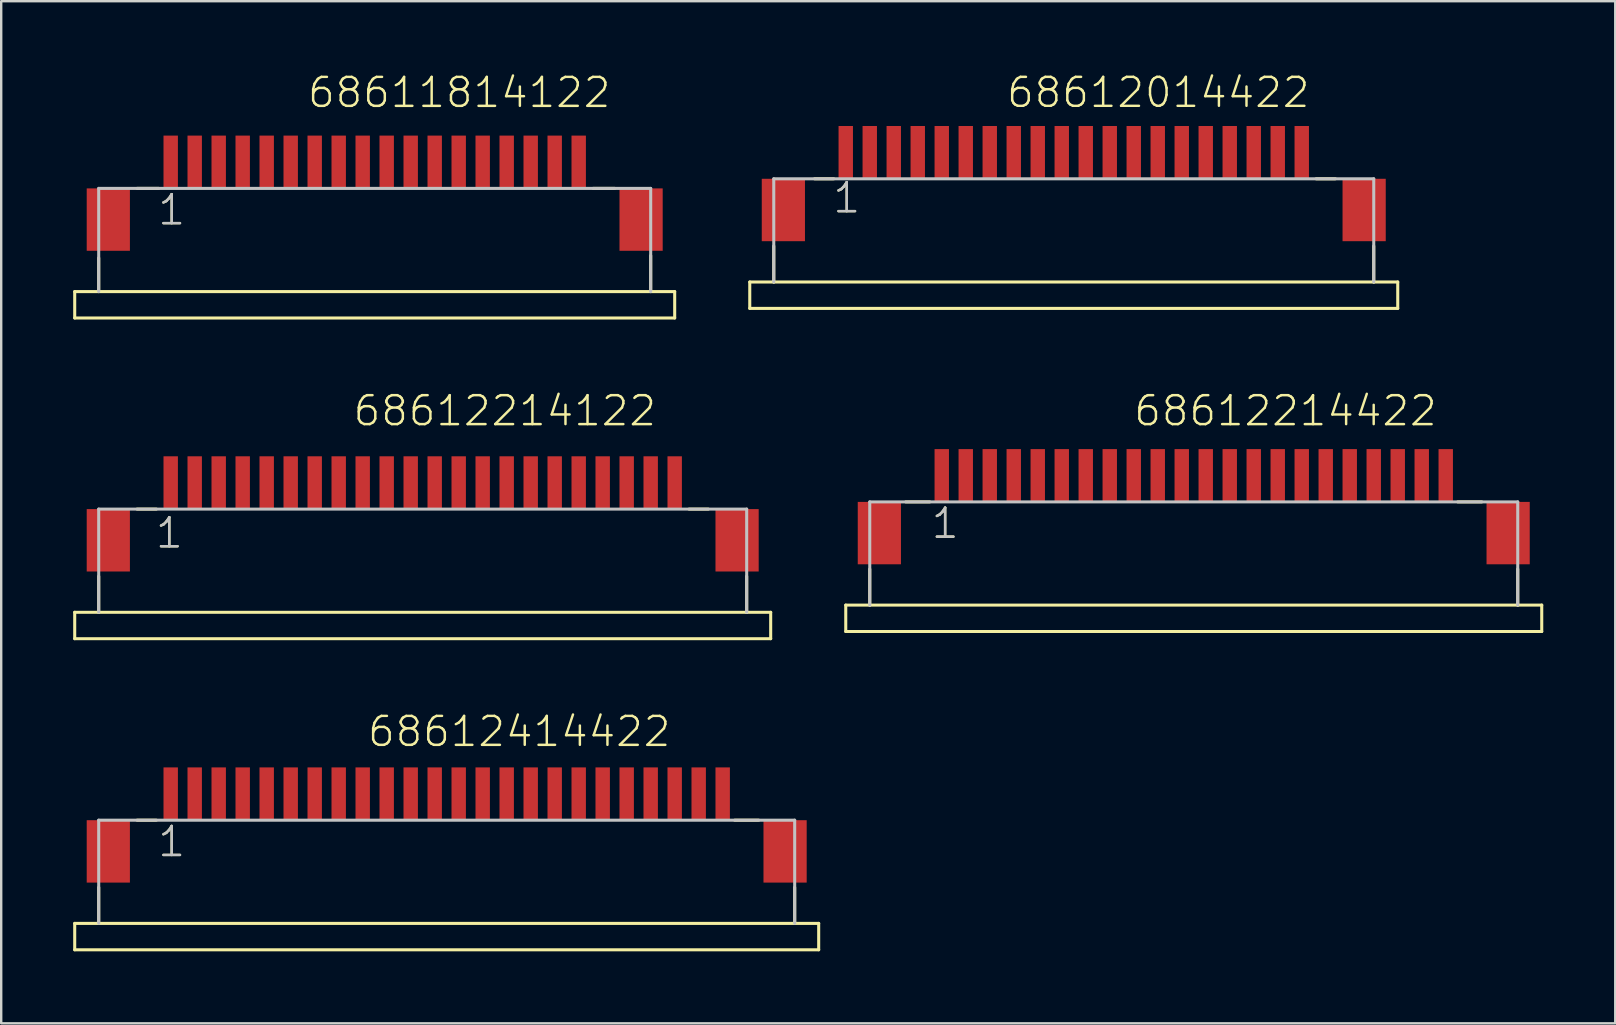
<source format=kicad_pcb>
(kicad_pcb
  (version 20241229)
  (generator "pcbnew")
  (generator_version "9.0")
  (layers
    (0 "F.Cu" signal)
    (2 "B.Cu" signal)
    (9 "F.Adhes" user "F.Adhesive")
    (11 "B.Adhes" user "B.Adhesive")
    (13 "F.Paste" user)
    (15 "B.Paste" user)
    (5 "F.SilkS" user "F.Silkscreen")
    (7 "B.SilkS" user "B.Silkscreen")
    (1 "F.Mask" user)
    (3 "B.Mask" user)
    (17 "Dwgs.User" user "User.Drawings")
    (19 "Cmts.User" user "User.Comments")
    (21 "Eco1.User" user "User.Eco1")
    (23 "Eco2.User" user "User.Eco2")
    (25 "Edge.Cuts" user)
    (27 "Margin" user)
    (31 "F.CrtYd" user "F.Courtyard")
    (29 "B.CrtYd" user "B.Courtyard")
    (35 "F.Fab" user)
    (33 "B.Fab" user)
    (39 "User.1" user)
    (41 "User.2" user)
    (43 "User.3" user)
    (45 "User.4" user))
  (footprint "68612414422"
    (layer "F.Cu")
    (at 15.563 32.426)
    (property "Reference" "68612414422" (at -3.362 -4.288 0) (layer "F.SilkS") (effects (font (size 1.206 1.206) (thickness 0.102)) (justify left bottom)))
    (attr through_hole)
    (fp_line (start -15.5 3) (end -14.5 3) (stroke (width 0.127) (type solid)) (layer "F.SilkS"))
    (fp_line (start -15.5 4.1) (end -15.5 3) (stroke (width 0.127) (type solid)) (layer "F.SilkS"))
    (fp_line (start -14.5 1.5) (end -14.5 3) (stroke (width 0.127) (type solid)) (layer "F.SilkS"))
    (fp_line (start -14.5 3) (end 14.5 3) (stroke (width 0.127) (type solid)) (layer "F.SilkS"))
    (fp_line (start -12.9 -1.3) (end -12.1 -1.3) (stroke (width 0.127) (type solid)) (layer "F.SilkS"))
    (fp_line (start 12 -1.3) (end 13 -1.3) (stroke (width 0.127) (type solid)) (layer "F.SilkS"))
    (fp_line (start 14.5 1.5) (end 14.5 3) (stroke (width 0.127) (type solid)) (layer "F.SilkS"))
    (fp_line (start 14.5 3) (end 15.5 3) (stroke (width 0.127) (type solid)) (layer "F.SilkS"))
    (fp_line (start 15.5 3) (end 15.5 4.1) (stroke (width 0.127) (type solid)) (layer "F.SilkS"))
    (fp_line (start 15.5 4.1) (end -15.5 4.1) (stroke (width 0.127) (type solid)) (layer "F.SilkS"))
    (fp_line (start -14.5 -1.3) (end 14.5 -1.3) (stroke (width 0.127) (type solid)) (layer "Dwgs.User"))
    (fp_line (start -14.5 3) (end -14.5 -1.3) (stroke (width 0.127) (type solid)) (layer "Dwgs.User"))
    (fp_line (start 14.5 -1.3) (end 14.5 3) (stroke (width 0.127) (type solid)) (layer "Dwgs.User"))
    (fp_text user "1" (at -12.1 0.3 0) (layer "F.SilkS") (effects (font (size 1.206 1.206) (thickness 0.102)) (justify left bottom)))
    (fp_text user "1" (at -12.1 0.3 0) (layer "Dwgs.User") (effects (font (size 1.206 1.206) (thickness 0.102)) (justify left bottom)))
    (pad "1" smd rect (at -11.5 -2.4) (size 0.6 2.2) (layers "F.Cu" "F.Mask" "F.Paste"))
    (pad "2" smd rect (at -10.5 -2.4) (size 0.6 2.2) (layers "F.Cu" "F.Mask" "F.Paste"))
    (pad "3" smd rect (at -9.5 -2.4) (size 0.6 2.2) (layers "F.Cu" "F.Mask" "F.Paste"))
    (pad "4" smd rect (at -8.5 -2.4) (size 0.6 2.2) (layers "F.Cu" "F.Mask" "F.Paste"))
    (pad "5" smd rect (at -7.5 -2.4) (size 0.6 2.2) (layers "F.Cu" "F.Mask" "F.Paste"))
    (pad "6" smd rect (at -6.5 -2.4) (size 0.6 2.2) (layers "F.Cu" "F.Mask" "F.Paste"))
    (pad "7" smd rect (at -5.5 -2.4) (size 0.6 2.2) (layers "F.Cu" "F.Mask" "F.Paste"))
    (pad "8" smd rect (at -4.5 -2.4) (size 0.6 2.2) (layers "F.Cu" "F.Mask" "F.Paste"))
    (pad "9" smd rect (at -3.5 -2.4) (size 0.6 2.2) (layers "F.Cu" "F.Mask" "F.Paste"))
    (pad "10" smd rect (at -2.5 -2.4) (size 0.6 2.2) (layers "F.Cu" "F.Mask" "F.Paste"))
    (pad "11" smd rect (at -1.5 -2.4) (size 0.6 2.2) (layers "F.Cu" "F.Mask" "F.Paste"))
    (pad "12" smd rect (at -0.5 -2.4) (size 0.6 2.2) (layers "F.Cu" "F.Mask" "F.Paste"))
    (pad "13" smd rect (at 0.5 -2.4) (size 0.6 2.2) (layers "F.Cu" "F.Mask" "F.Paste"))
    (pad "14" smd rect (at 1.5 -2.4) (size 0.6 2.2) (layers "F.Cu" "F.Mask" "F.Paste"))
    (pad "15" smd rect (at 2.5 -2.4) (size 0.6 2.2) (layers "F.Cu" "F.Mask" "F.Paste"))
    (pad "16" smd rect (at 3.5 -2.4) (size 0.6 2.2) (layers "F.Cu" "F.Mask" "F.Paste"))
    (pad "17" smd rect (at 4.5 -2.4) (size 0.6 2.2) (layers "F.Cu" "F.Mask" "F.Paste"))
    (pad "18" smd rect (at 5.5 -2.4) (size 0.6 2.2) (layers "F.Cu" "F.Mask" "F.Paste"))
    (pad "19" smd rect (at 6.5 -2.4) (size 0.6 2.2) (layers "F.Cu" "F.Mask" "F.Paste"))
    (pad "20" smd rect (at 7.5 -2.4) (size 0.6 2.2) (layers "F.Cu" "F.Mask" "F.Paste"))
    (pad "21" smd rect (at 8.5 -2.4) (size 0.6 2.2) (layers "F.Cu" "F.Mask" "F.Paste"))
    (pad "22" smd rect (at 9.5 -2.4) (size 0.6 2.2) (layers "F.Cu" "F.Mask" "F.Paste"))
    (pad "23" smd rect (at 10.5 -2.4) (size 0.6 2.2) (layers "F.Cu" "F.Mask" "F.Paste"))
    (pad "24" smd rect (at 11.5 -2.4) (size 0.6 2.2) (layers "F.Cu" "F.Mask" "F.Paste"))
    (pad "Z1" smd rect (at -14.1 0) (size 1.8 2.6) (layers "F.Cu" "F.Mask" "F.Paste"))
    (pad "Z2" smd rect (at 14.1 0) (size 1.8 2.6) (layers "F.Cu" "F.Mask" "F.Paste")))
  (footprint "68612214122"
    (layer "F.Cu")
    (at 14.563 19.463)
    (property "Reference" "68612214122" (at -2.962 -4.689 0) (layer "F.SilkS") (effects (font (size 1.206 1.206) (thickness 0.102)) (justify left bottom)))
    (attr through_hole)
    (fp_line (start -14.5 3) (end -13.5 3) (stroke (width 0.127) (type solid)) (layer "F.SilkS"))
    (fp_line (start -14.5 4.1) (end -14.5 3) (stroke (width 0.127) (type solid)) (layer "F.SilkS"))
    (fp_line (start -13.5 1.5) (end -13.5 3) (stroke (width 0.127) (type solid)) (layer "F.SilkS"))
    (fp_line (start -13.5 3) (end 13.5 3) (stroke (width 0.127) (type solid)) (layer "F.SilkS"))
    (fp_line (start -11.9 -1.3) (end -11.1 -1.3) (stroke (width 0.127) (type solid)) (layer "F.SilkS"))
    (fp_line (start 11.1 -1.3) (end 11.9 -1.3) (stroke (width 0.127) (type solid)) (layer "F.SilkS"))
    (fp_line (start 13.5 1.5) (end 13.5 3) (stroke (width 0.127) (type solid)) (layer "F.SilkS"))
    (fp_line (start 13.5 3) (end 14.5 3) (stroke (width 0.127) (type solid)) (layer "F.SilkS"))
    (fp_line (start 14.5 3) (end 14.5 4.1) (stroke (width 0.127) (type solid)) (layer "F.SilkS"))
    (fp_line (start 14.5 4.1) (end -14.5 4.1) (stroke (width 0.127) (type solid)) (layer "F.SilkS"))
    (fp_line (start -13.5 -1.3) (end 13.5 -1.3) (stroke (width 0.127) (type solid)) (layer "Dwgs.User"))
    (fp_line (start -13.5 3) (end -13.5 -1.3) (stroke (width 0.127) (type solid)) (layer "Dwgs.User"))
    (fp_line (start 13.5 -1.3) (end 13.5 3) (stroke (width 0.127) (type solid)) (layer "Dwgs.User"))
    (fp_text user "1" (at -11.2 0.4 0) (layer "F.SilkS") (effects (font (size 1.206 1.206) (thickness 0.102)) (justify left bottom)))
    (fp_text user "1" (at -11.2 0.4 0) (layer "Dwgs.User") (effects (font (size 1.206 1.206) (thickness 0.102)) (justify left bottom)))
    (pad "1" smd rect (at -10.5 -2.4) (size 0.6 2.2) (layers "F.Cu" "F.Mask" "F.Paste"))
    (pad "2" smd rect (at -9.5 -2.4) (size 0.6 2.2) (layers "F.Cu" "F.Mask" "F.Paste"))
    (pad "3" smd rect (at -8.5 -2.4) (size 0.6 2.2) (layers "F.Cu" "F.Mask" "F.Paste"))
    (pad "4" smd rect (at -7.5 -2.4) (size 0.6 2.2) (layers "F.Cu" "F.Mask" "F.Paste"))
    (pad "5" smd rect (at -6.5 -2.4) (size 0.6 2.2) (layers "F.Cu" "F.Mask" "F.Paste"))
    (pad "6" smd rect (at -5.5 -2.4) (size 0.6 2.2) (layers "F.Cu" "F.Mask" "F.Paste"))
    (pad "7" smd rect (at -4.5 -2.4) (size 0.6 2.2) (layers "F.Cu" "F.Mask" "F.Paste"))
    (pad "8" smd rect (at -3.5 -2.4) (size 0.6 2.2) (layers "F.Cu" "F.Mask" "F.Paste"))
    (pad "9" smd rect (at -2.5 -2.4) (size 0.6 2.2) (layers "F.Cu" "F.Mask" "F.Paste"))
    (pad "10" smd rect (at -1.5 -2.4) (size 0.6 2.2) (layers "F.Cu" "F.Mask" "F.Paste"))
    (pad "11" smd rect (at -0.5 -2.4) (size 0.6 2.2) (layers "F.Cu" "F.Mask" "F.Paste"))
    (pad "12" smd rect (at 0.5 -2.4) (size 0.6 2.2) (layers "F.Cu" "F.Mask" "F.Paste"))
    (pad "13" smd rect (at 1.5 -2.4) (size 0.6 2.2) (layers "F.Cu" "F.Mask" "F.Paste"))
    (pad "14" smd rect (at 2.5 -2.4) (size 0.6 2.2) (layers "F.Cu" "F.Mask" "F.Paste"))
    (pad "15" smd rect (at 3.5 -2.4) (size 0.6 2.2) (layers "F.Cu" "F.Mask" "F.Paste"))
    (pad "16" smd rect (at 4.5 -2.4) (size 0.6 2.2) (layers "F.Cu" "F.Mask" "F.Paste"))
    (pad "17" smd rect (at 5.5 -2.4) (size 0.6 2.2) (layers "F.Cu" "F.Mask" "F.Paste"))
    (pad "18" smd rect (at 6.5 -2.4) (size 0.6 2.2) (layers "F.Cu" "F.Mask" "F.Paste"))
    (pad "19" smd rect (at 7.5 -2.4) (size 0.6 2.2) (layers "F.Cu" "F.Mask" "F.Paste"))
    (pad "20" smd rect (at 8.5 -2.4) (size 0.6 2.2) (layers "F.Cu" "F.Mask" "F.Paste"))
    (pad "21" smd rect (at 9.5 -2.4) (size 0.6 2.2) (layers "F.Cu" "F.Mask" "F.Paste"))
    (pad "22" smd rect (at 10.5 -2.4) (size 0.6 2.2) (layers "F.Cu" "F.Mask" "F.Paste"))
    (pad "Z1" smd rect (at -13.1 0) (size 1.8 2.6) (layers "F.Cu" "F.Mask" "F.Paste"))
    (pad "Z2" smd rect (at 13.1 0) (size 1.8 2.6) (layers "F.Cu" "F.Mask" "F.Paste")))
  (footprint "68612014422"
    (layer "F.Cu")
    (at 41.691 5.7)
    (property "Reference" "68612014422" (at -2.862 -4.189 0) (layer "F.SilkS") (effects (font (size 1.206 1.206) (thickness 0.102)) (justify left bottom)))
    (attr through_hole)
    (fp_line (start -13.5 3) (end -12.5 3) (stroke (width 0.127) (type solid)) (layer "F.SilkS"))
    (fp_line (start -13.5 4.1) (end -13.5 3) (stroke (width 0.127) (type solid)) (layer "F.SilkS"))
    (fp_line (start -12.5 1.5) (end -12.5 3) (stroke (width 0.127) (type solid)) (layer "F.SilkS"))
    (fp_line (start -12.5 3) (end 12.5 3) (stroke (width 0.127) (type solid)) (layer "F.SilkS"))
    (fp_line (start -10.8 -1.3) (end -10 -1.3) (stroke (width 0.127) (type solid)) (layer "F.SilkS"))
    (fp_line (start 10.1 -1.3) (end 10.9 -1.3) (stroke (width 0.127) (type solid)) (layer "F.SilkS"))
    (fp_line (start 12.5 1.5) (end 12.5 3) (stroke (width 0.127) (type solid)) (layer "F.SilkS"))
    (fp_line (start 12.5 3) (end 13.5 3) (stroke (width 0.127) (type solid)) (layer "F.SilkS"))
    (fp_line (start 13.5 3) (end 13.5 4.1) (stroke (width 0.127) (type solid)) (layer "F.SilkS"))
    (fp_line (start 13.5 4.1) (end -13.5 4.1) (stroke (width 0.127) (type solid)) (layer "F.SilkS"))
    (fp_line (start -12.5 -1.3) (end 12.5 -1.3) (stroke (width 0.127) (type solid)) (layer "Dwgs.User"))
    (fp_line (start -12.5 3) (end -12.5 -1.3) (stroke (width 0.127) (type solid)) (layer "Dwgs.User"))
    (fp_line (start 12.5 -1.3) (end 12.5 3) (stroke (width 0.127) (type solid)) (layer "Dwgs.User"))
    (fp_text user "1" (at -10.1 0.2 0) (layer "F.SilkS") (effects (font (size 1.206 1.206) (thickness 0.102)) (justify left bottom)))
    (fp_text user "1" (at -10.1 0.2 0) (layer "Dwgs.User") (effects (font (size 1.206 1.206) (thickness 0.102)) (justify left bottom)))
    (pad "1" smd rect (at -9.5 -2.4) (size 0.6 2.2) (layers "F.Cu" "F.Mask" "F.Paste"))
    (pad "2" smd rect (at -8.5 -2.4) (size 0.6 2.2) (layers "F.Cu" "F.Mask" "F.Paste"))
    (pad "3" smd rect (at -7.5 -2.4) (size 0.6 2.2) (layers "F.Cu" "F.Mask" "F.Paste"))
    (pad "4" smd rect (at -6.5 -2.4) (size 0.6 2.2) (layers "F.Cu" "F.Mask" "F.Paste"))
    (pad "5" smd rect (at -5.5 -2.4) (size 0.6 2.2) (layers "F.Cu" "F.Mask" "F.Paste"))
    (pad "6" smd rect (at -4.5 -2.4) (size 0.6 2.2) (layers "F.Cu" "F.Mask" "F.Paste"))
    (pad "7" smd rect (at -3.5 -2.4) (size 0.6 2.2) (layers "F.Cu" "F.Mask" "F.Paste"))
    (pad "8" smd rect (at -2.5 -2.4) (size 0.6 2.2) (layers "F.Cu" "F.Mask" "F.Paste"))
    (pad "9" smd rect (at -1.5 -2.4) (size 0.6 2.2) (layers "F.Cu" "F.Mask" "F.Paste"))
    (pad "10" smd rect (at -0.5 -2.4) (size 0.6 2.2) (layers "F.Cu" "F.Mask" "F.Paste"))
    (pad "11" smd rect (at 0.5 -2.4) (size 0.6 2.2) (layers "F.Cu" "F.Mask" "F.Paste"))
    (pad "12" smd rect (at 1.5 -2.4) (size 0.6 2.2) (layers "F.Cu" "F.Mask" "F.Paste"))
    (pad "13" smd rect (at 2.5 -2.4) (size 0.6 2.2) (layers "F.Cu" "F.Mask" "F.Paste"))
    (pad "14" smd rect (at 3.5 -2.4) (size 0.6 2.2) (layers "F.Cu" "F.Mask" "F.Paste"))
    (pad "15" smd rect (at 4.5 -2.4) (size 0.6 2.2) (layers "F.Cu" "F.Mask" "F.Paste"))
    (pad "16" smd rect (at 5.5 -2.4) (size 0.6 2.2) (layers "F.Cu" "F.Mask" "F.Paste"))
    (pad "17" smd rect (at 6.5 -2.4) (size 0.6 2.2) (layers "F.Cu" "F.Mask" "F.Paste"))
    (pad "18" smd rect (at 7.5 -2.4) (size 0.6 2.2) (layers "F.Cu" "F.Mask" "F.Paste"))
    (pad "19" smd rect (at 8.5 -2.4) (size 0.6 2.2) (layers "F.Cu" "F.Mask" "F.Paste"))
    (pad "20" smd rect (at 9.5 -2.4) (size 0.6 2.2) (layers "F.Cu" "F.Mask" "F.Paste"))
    (pad "Z1" smd rect (at -12.1 0) (size 1.8 2.6) (layers "F.Cu" "F.Mask" "F.Paste"))
    (pad "Z2" smd rect (at 12.1 0) (size 1.8 2.6) (layers "F.Cu" "F.Mask" "F.Paste")))
  (footprint "68611814122"
    (layer "F.Cu")
    (at 12.563 6.1)
    (property "Reference" "68611814122" (at -2.862 -4.588 0) (layer "F.SilkS") (effects (font (size 1.206 1.206) (thickness 0.102)) (justify left bottom)))
    (attr through_hole)
    (fp_line (start -12.5 3) (end -11.5 3) (stroke (width 0.127) (type solid)) (layer "F.SilkS"))
    (fp_line (start -12.5 4.1) (end -12.5 3) (stroke (width 0.127) (type solid)) (layer "F.SilkS"))
    (fp_line (start -11.5 1.6) (end -11.5 3) (stroke (width 0.127) (type solid)) (layer "F.SilkS"))
    (fp_line (start -11.5 3) (end 11.5 3) (stroke (width 0.127) (type solid)) (layer "F.SilkS"))
    (fp_line (start -9.9 -1.3) (end -9 -1.3) (stroke (width 0.127) (type solid)) (layer "F.SilkS"))
    (fp_line (start 9.1 -1.3) (end 10 -1.3) (stroke (width 0.127) (type solid)) (layer "F.SilkS"))
    (fp_line (start 11.5 1.5) (end 11.5 3) (stroke (width 0.127) (type solid)) (layer "F.SilkS"))
    (fp_line (start 11.5 3) (end 12.5 3) (stroke (width 0.127) (type solid)) (layer "F.SilkS"))
    (fp_line (start 12.5 3) (end 12.5 4.1) (stroke (width 0.127) (type solid)) (layer "F.SilkS"))
    (fp_line (start 12.5 4.1) (end -12.5 4.1) (stroke (width 0.127) (type solid)) (layer "F.SilkS"))
    (fp_line (start -11.5 -1.3) (end 11.5 -1.3) (stroke (width 0.127) (type solid)) (layer "Dwgs.User"))
    (fp_line (start -11.5 3) (end -11.5 -1.3) (stroke (width 0.127) (type solid)) (layer "Dwgs.User"))
    (fp_line (start 11.5 -1.3) (end 11.5 3) (stroke (width 0.127) (type solid)) (layer "Dwgs.User"))
    (fp_text user "1" (at -9.1 0.3 0) (layer "F.SilkS") (effects (font (size 1.206 1.206) (thickness 0.102)) (justify left bottom)))
    (fp_text user "1" (at -9.1 0.3 0) (layer "Dwgs.User") (effects (font (size 1.206 1.206) (thickness 0.102)) (justify left bottom)))
    (pad "1" smd rect (at -8.5 -2.4) (size 0.6 2.2) (layers "F.Cu" "F.Mask" "F.Paste"))
    (pad "2" smd rect (at -7.5 -2.4) (size 0.6 2.2) (layers "F.Cu" "F.Mask" "F.Paste"))
    (pad "3" smd rect (at -6.5 -2.4) (size 0.6 2.2) (layers "F.Cu" "F.Mask" "F.Paste"))
    (pad "4" smd rect (at -5.5 -2.4) (size 0.6 2.2) (layers "F.Cu" "F.Mask" "F.Paste"))
    (pad "5" smd rect (at -4.5 -2.4) (size 0.6 2.2) (layers "F.Cu" "F.Mask" "F.Paste"))
    (pad "6" smd rect (at -3.5 -2.4) (size 0.6 2.2) (layers "F.Cu" "F.Mask" "F.Paste"))
    (pad "7" smd rect (at -2.5 -2.4) (size 0.6 2.2) (layers "F.Cu" "F.Mask" "F.Paste"))
    (pad "8" smd rect (at -1.5 -2.4) (size 0.6 2.2) (layers "F.Cu" "F.Mask" "F.Paste"))
    (pad "9" smd rect (at -0.5 -2.4) (size 0.6 2.2) (layers "F.Cu" "F.Mask" "F.Paste"))
    (pad "10" smd rect (at 0.5 -2.4) (size 0.6 2.2) (layers "F.Cu" "F.Mask" "F.Paste"))
    (pad "11" smd rect (at 1.5 -2.4) (size 0.6 2.2) (layers "F.Cu" "F.Mask" "F.Paste"))
    (pad "12" smd rect (at 2.5 -2.4) (size 0.6 2.2) (layers "F.Cu" "F.Mask" "F.Paste"))
    (pad "13" smd rect (at 3.5 -2.4) (size 0.6 2.2) (layers "F.Cu" "F.Mask" "F.Paste"))
    (pad "14" smd rect (at 4.5 -2.4) (size 0.6 2.2) (layers "F.Cu" "F.Mask" "F.Paste"))
    (pad "15" smd rect (at 5.5 -2.4) (size 0.6 2.2) (layers "F.Cu" "F.Mask" "F.Paste"))
    (pad "16" smd rect (at 6.5 -2.4) (size 0.6 2.2) (layers "F.Cu" "F.Mask" "F.Paste"))
    (pad "17" smd rect (at 7.5 -2.4) (size 0.6 2.2) (layers "F.Cu" "F.Mask" "F.Paste"))
    (pad "18" smd rect (at 8.5 -2.4) (size 0.6 2.2) (layers "F.Cu" "F.Mask" "F.Paste"))
    (pad "Z1" smd rect (at -11.1 0) (size 1.8 2.6) (layers "F.Cu" "F.Mask" "F.Paste"))
    (pad "Z2" smd rect (at 11.1 0) (size 1.8 2.6) (layers "F.Cu" "F.Mask" "F.Paste")))
  (footprint "68612214422"
    (layer "F.Cu")
    (at 46.691 19.163)
    (property "Reference" "68612214422" (at -2.562 -4.388 0) (layer "F.SilkS") (effects (font (size 1.206 1.206) (thickness 0.102)) (justify left bottom)))
    (attr through_hole)
    (fp_line (start -14.5 3) (end -13.5 3) (stroke (width 0.127) (type solid)) (layer "F.SilkS"))
    (fp_line (start -14.5 4.1) (end -14.5 3) (stroke (width 0.127) (type solid)) (layer "F.SilkS"))
    (fp_line (start -13.5 1.5) (end -13.5 3) (stroke (width 0.127) (type solid)) (layer "F.SilkS"))
    (fp_line (start -13.5 3) (end 13.5 3) (stroke (width 0.127) (type solid)) (layer "F.SilkS"))
    (fp_line (start -12 -1.3) (end -11 -1.3) (stroke (width 0.127) (type solid)) (layer "F.SilkS"))
    (fp_line (start 11 -1.3) (end 12 -1.3) (stroke (width 0.127) (type solid)) (layer "F.SilkS"))
    (fp_line (start 13.5 1.5) (end 13.5 3) (stroke (width 0.127) (type solid)) (layer "F.SilkS"))
    (fp_line (start 13.5 3) (end 14.5 3) (stroke (width 0.127) (type solid)) (layer "F.SilkS"))
    (fp_line (start 14.5 3) (end 14.5 4.1) (stroke (width 0.127) (type solid)) (layer "F.SilkS"))
    (fp_line (start 14.5 4.1) (end -14.5 4.1) (stroke (width 0.127) (type solid)) (layer "F.SilkS"))
    (fp_line (start -13.5 -1.3) (end 13.5 -1.3) (stroke (width 0.127) (type solid)) (layer "Dwgs.User"))
    (fp_line (start -13.5 3) (end -13.5 -1.3) (stroke (width 0.127) (type solid)) (layer "Dwgs.User"))
    (fp_line (start 13.5 -1.3) (end 13.5 3) (stroke (width 0.127) (type solid)) (layer "Dwgs.User"))
    (fp_text user "1" (at -11 0.3 0) (layer "F.SilkS") (effects (font (size 1.206 1.206) (thickness 0.102)) (justify left bottom)))
    (fp_text user "1" (at -11 0.3 0) (layer "Dwgs.User") (effects (font (size 1.206 1.206) (thickness 0.102)) (justify left bottom)))
    (pad "1" smd rect (at -10.5 -2.4) (size 0.6 2.2) (layers "F.Cu" "F.Mask" "F.Paste"))
    (pad "2" smd rect (at -9.5 -2.4) (size 0.6 2.2) (layers "F.Cu" "F.Mask" "F.Paste"))
    (pad "3" smd rect (at -8.5 -2.4) (size 0.6 2.2) (layers "F.Cu" "F.Mask" "F.Paste"))
    (pad "4" smd rect (at -7.5 -2.4) (size 0.6 2.2) (layers "F.Cu" "F.Mask" "F.Paste"))
    (pad "5" smd rect (at -6.5 -2.4) (size 0.6 2.2) (layers "F.Cu" "F.Mask" "F.Paste"))
    (pad "6" smd rect (at -5.5 -2.4) (size 0.6 2.2) (layers "F.Cu" "F.Mask" "F.Paste"))
    (pad "7" smd rect (at -4.5 -2.4) (size 0.6 2.2) (layers "F.Cu" "F.Mask" "F.Paste"))
    (pad "8" smd rect (at -3.5 -2.4) (size 0.6 2.2) (layers "F.Cu" "F.Mask" "F.Paste"))
    (pad "9" smd rect (at -2.5 -2.4) (size 0.6 2.2) (layers "F.Cu" "F.Mask" "F.Paste"))
    (pad "10" smd rect (at -1.5 -2.4) (size 0.6 2.2) (layers "F.Cu" "F.Mask" "F.Paste"))
    (pad "11" smd rect (at -0.5 -2.4) (size 0.6 2.2) (layers "F.Cu" "F.Mask" "F.Paste"))
    (pad "12" smd rect (at 0.5 -2.4) (size 0.6 2.2) (layers "F.Cu" "F.Mask" "F.Paste"))
    (pad "13" smd rect (at 1.5 -2.4) (size 0.6 2.2) (layers "F.Cu" "F.Mask" "F.Paste"))
    (pad "14" smd rect (at 2.5 -2.4) (size 0.6 2.2) (layers "F.Cu" "F.Mask" "F.Paste"))
    (pad "15" smd rect (at 3.5 -2.4) (size 0.6 2.2) (layers "F.Cu" "F.Mask" "F.Paste"))
    (pad "16" smd rect (at 4.5 -2.4) (size 0.6 2.2) (layers "F.Cu" "F.Mask" "F.Paste"))
    (pad "17" smd rect (at 5.5 -2.4) (size 0.6 2.2) (layers "F.Cu" "F.Mask" "F.Paste"))
    (pad "18" smd rect (at 6.5 -2.4) (size 0.6 2.2) (layers "F.Cu" "F.Mask" "F.Paste"))
    (pad "19" smd rect (at 7.5 -2.4) (size 0.6 2.2) (layers "F.Cu" "F.Mask" "F.Paste"))
    (pad "20" smd rect (at 8.5 -2.4) (size 0.6 2.2) (layers "F.Cu" "F.Mask" "F.Paste"))
    (pad "21" smd rect (at 9.5 -2.4) (size 0.6 2.2) (layers "F.Cu" "F.Mask" "F.Paste"))
    (pad "22" smd rect (at 10.5 -2.4) (size 0.6 2.2) (layers "F.Cu" "F.Mask" "F.Paste"))
    (pad "Z1" smd rect (at -13.1 0) (size 1.8 2.6) (layers "F.Cu" "F.Mask" "F.Paste"))
    (pad "Z2" smd rect (at 13.1 0) (size 1.8 2.6) (layers "F.Cu" "F.Mask" "F.Paste")))
  (gr_rect
    (start -3 -3)
    (end 64.254 39.59)
    (stroke (width 0.1) (type default))
    (fill no)
    (layer "Edge.Cuts")))
</source>
